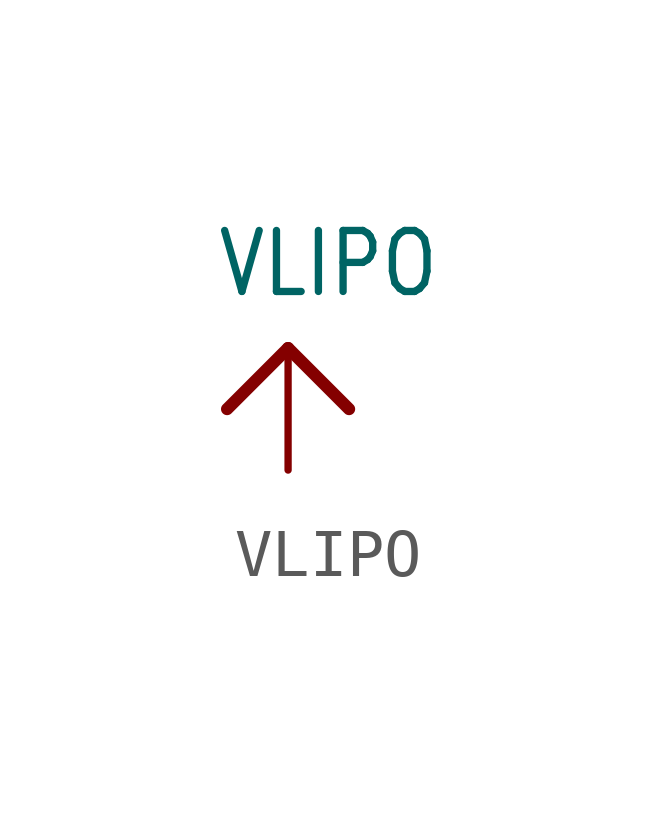
<source format=kicad_sym>
(kicad_symbol_lib
  (version 20211014)
  (generator kicad_symbol_editor)
  (symbol "VLIPO"
    (power)
    (property "Reference" ""
      (at 0 0 0)
      (effects (font (size 1.27 1.27)) hide))
    (property "Value" "VLIPO"
      (at -1.524 1.016 0)
      (effects (font (size 1.27 1.079)) (justify left bottom)))
    (property "ki_locked" ""
      (at 0 0 0)
      (effects (font (size 1.27 1.27))))
    (symbol "VLIPO_1_0"
      (polyline (pts (xy -1.27 -1.27) (xy 0 0)) (stroke (width 0.254) (type default) (color 0 0 0 0)) (fill (type none)))
      (polyline (pts (xy 0 0) (xy 1.27 -1.27)) (stroke (width 0.254) (type default) (color 0 0 0 0)) (fill (type none)))
      (pin power_in line (at 0 -2.54 90) (length 2.54) (name "VLIPO" (effects (font (size 0 0)))) (number "1" (effects (font (size 0 0))))))))
</source>
